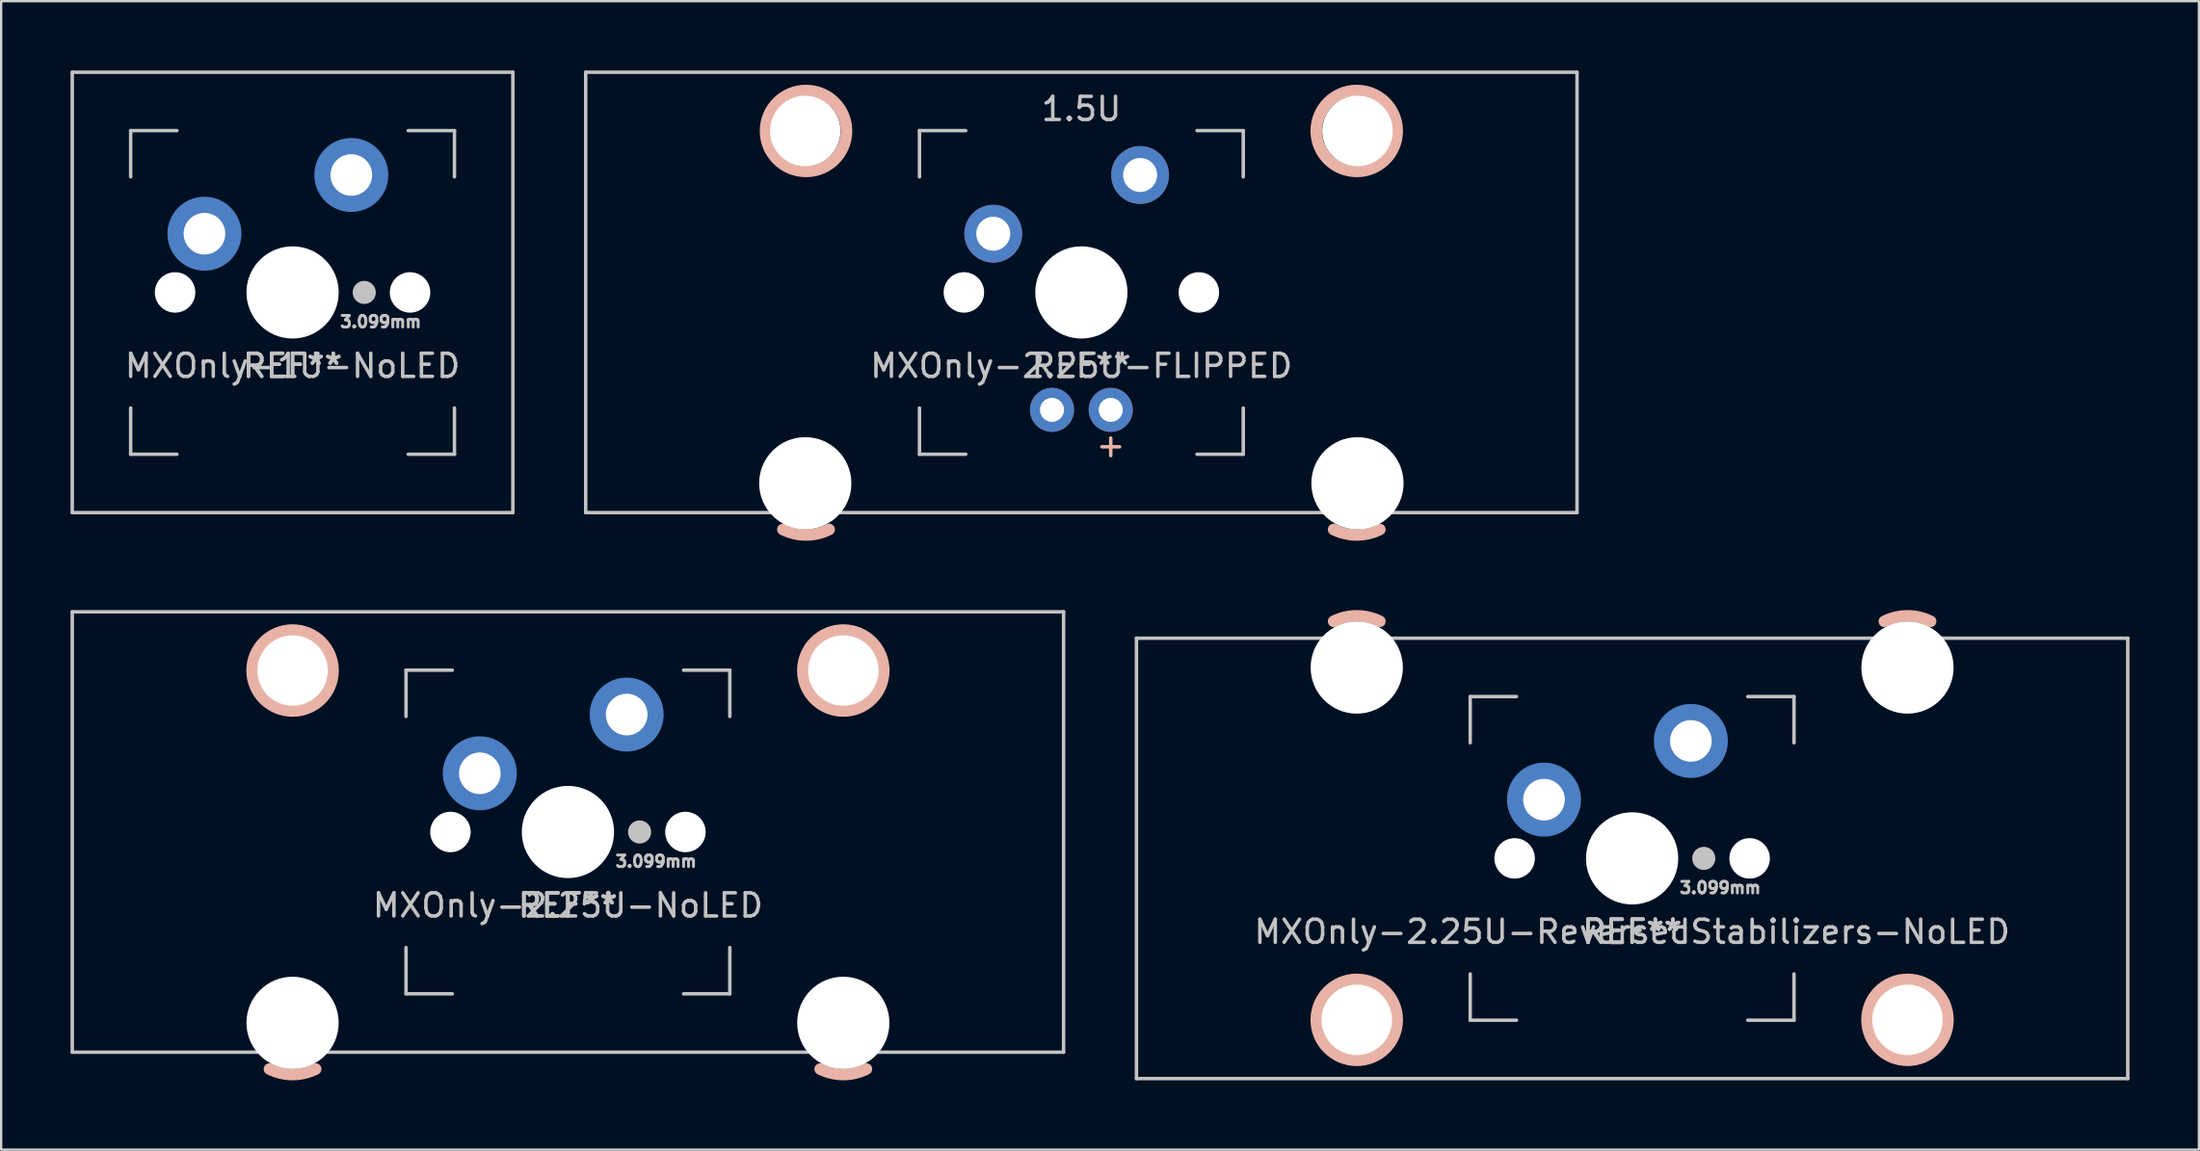
<source format=kicad_pcb>
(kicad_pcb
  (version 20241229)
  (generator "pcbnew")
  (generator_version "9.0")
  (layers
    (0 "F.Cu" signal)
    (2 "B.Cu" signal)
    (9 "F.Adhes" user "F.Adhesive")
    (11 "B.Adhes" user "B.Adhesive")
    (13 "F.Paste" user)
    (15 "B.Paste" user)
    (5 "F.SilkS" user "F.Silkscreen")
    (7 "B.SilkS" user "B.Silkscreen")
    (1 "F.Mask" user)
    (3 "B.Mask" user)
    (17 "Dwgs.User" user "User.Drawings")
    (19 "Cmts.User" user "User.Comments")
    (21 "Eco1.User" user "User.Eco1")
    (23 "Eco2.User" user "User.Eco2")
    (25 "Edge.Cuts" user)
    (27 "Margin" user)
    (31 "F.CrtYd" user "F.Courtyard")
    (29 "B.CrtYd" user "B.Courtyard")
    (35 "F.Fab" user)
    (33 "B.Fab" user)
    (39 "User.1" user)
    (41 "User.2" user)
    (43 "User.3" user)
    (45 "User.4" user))
  (footprint "MXOnly-2.25U-FLIPPED"
    (layer "F.Cu")
    (at 43.706 9.6)
    (property "Reference" "MXOnly-2.25U-FLIPPED" (at 0 3.175 0) (layer "Dwgs.User") (effects (font (size 1 1) (thickness 0.15))))
    (attr through_hole)
    (fp_arc (start -10.90625 10.255) (mid -11.905663 10.491068) (end -12.905199 10.255525) (stroke (width 0.5) (type solid)) (layer "B.SilkS"))
    (fp_arc (start 12.90625 10.255) (mid 11.906837 10.491068) (end 10.907301 10.255525) (stroke (width 0.5) (type solid)) (layer "B.SilkS"))
    (fp_circle (center -11.906 -6.985) (end -10.156 -6.985) (stroke (width 0.5) (type solid)) (fill no) (layer "B.SilkS"))
    (fp_circle (center 11.906 -6.985) (end 13.656 -6.985) (stroke (width 0.5) (type solid)) (fill no) (layer "B.SilkS"))
    (fp_line (start -21.431 -9.525) (end 21.431 -9.525) (stroke (width 0.15) (type solid)) (layer "Dwgs.User"))
    (fp_line (start -21.431 9.525) (end -21.431 -9.525) (stroke (width 0.15) (type solid)) (layer "Dwgs.User"))
    (fp_line (start -21.431 9.525) (end 21.431 9.525) (stroke (width 0.15) (type solid)) (layer "Dwgs.User"))
    (fp_line (start -7 -7) (end -7 -5) (stroke (width 0.15) (type solid)) (layer "Dwgs.User"))
    (fp_line (start -7 5) (end -7 7) (stroke (width 0.15) (type solid)) (layer "Dwgs.User"))
    (fp_line (start -7 7) (end -5 7) (stroke (width 0.15) (type solid)) (layer "Dwgs.User"))
    (fp_line (start -5 -7) (end -7 -7) (stroke (width 0.15) (type solid)) (layer "Dwgs.User"))
    (fp_line (start 5 -7) (end 7 -7) (stroke (width 0.15) (type solid)) (layer "Dwgs.User"))
    (fp_line (start 5 7) (end 7 7) (stroke (width 0.15) (type solid)) (layer "Dwgs.User"))
    (fp_line (start 7 -7) (end 7 -5) (stroke (width 0.15) (type solid)) (layer "Dwgs.User"))
    (fp_line (start 7 7) (end 7 5) (stroke (width 0.15) (type solid)) (layer "Dwgs.User"))
    (fp_line (start 21.431 -9.525) (end 21.431 9.525) (stroke (width 0.15) (type solid)) (layer "Dwgs.User"))
    (fp_text user "+" (at 1.27 6.604 0) (layer "B.SilkS") (effects (font (size 1 1) (thickness 0.15))))
    (fp_text user "REF**" (at 0 3.175 0) (layer "Dwgs.User") (effects (font (size 1 1) (thickness 0.15))))
    (fp_text user "1.5U" (at 0 -7.938 0) (layer "Dwgs.User") (effects (font (size 1 1) (thickness 0.15))))
    (pad "" np_thru_hole circle (at -11.938 -6.985) (size 3.048 3.048) (drill 3.048) (layers "*.Cu" "*.Mask"))
    (pad "" np_thru_hole circle (at -11.938 8.255) (size 3.988 3.988) (drill 3.988) (layers "*.Cu" "*.Mask"))
    (pad "" np_thru_hole circle (at -5.08 0 48.1) (size 1.75 1.75) (drill 1.75) (layers "*.Cu" "*.Mask"))
    (pad "" np_thru_hole circle (at 0 0) (size 3.988 3.988) (drill 3.988) (layers "*.Cu" "*.Mask"))
    (pad "" np_thru_hole circle (at 5.08 0 48.1) (size 1.75 1.75) (drill 1.75) (layers "*.Cu" "*.Mask"))
    (pad "" np_thru_hole circle (at 11.938 -6.985) (size 3.048 3.048) (drill 3.048) (layers "*.Cu" "*.Mask"))
    (pad "" np_thru_hole circle (at 11.938 8.255) (size 3.988 3.988) (drill 3.988) (layers "*.Cu" "*.Mask"))
    (pad "1" thru_hole circle (at -3.81 -2.54) (size 2.5 2.5) (drill 1.47) (layers "*.Cu" "B.Mask"))
    (pad "2" thru_hole circle (at 2.54 -5.08) (size 2.5 2.5) (drill 1.47) (layers "*.Cu" "B.Mask"))
    (pad "3" thru_hole circle (at 1.27 5.08) (size 1.905 1.905) (drill 1.04) (layers "*.Cu" "B.Mask"))
    (pad "4" thru_hole circle (at -1.27 5.08) (size 1.905 1.905) (drill 1.04) (layers "*.Cu" "B.Mask")))
  (footprint "MXOnly-2.25U-ReversedStabilizers-NoLED"
    (layer "F.Cu")
    (at 67.519 34.082)
    (property "Reference" "MXOnly-2.25U-ReversedStabilizers-NoLED" (at 0 3.175 0) (layer "Dwgs.User") (effects (font (size 1 1) (thickness 0.15))))
    (attr through_hole)
    (fp_arc (start -12.90625 -10.255) (mid -11.906837 -10.491068) (end -10.907301 -10.255525) (stroke (width 0.5) (type solid)) (layer "B.SilkS"))
    (fp_arc (start 10.90625 -10.255) (mid 11.905663 -10.491068) (end 12.905199 -10.255525) (stroke (width 0.5) (type solid)) (layer "B.SilkS"))
    (fp_circle (center -11.906 6.985) (end -13.656 6.985) (stroke (width 0.5) (type solid)) (fill no) (layer "B.SilkS"))
    (fp_circle (center 11.906 6.985) (end 10.156 6.985) (stroke (width 0.5) (type solid)) (fill no) (layer "B.SilkS"))
    (fp_line (start -21.431 -9.525) (end 21.431 -9.525) (stroke (width 0.15) (type solid)) (layer "Dwgs.User"))
    (fp_line (start -21.431 9.525) (end -21.431 -9.525) (stroke (width 0.15) (type solid)) (layer "Dwgs.User"))
    (fp_line (start -21.431 9.525) (end 21.431 9.525) (stroke (width 0.15) (type solid)) (layer "Dwgs.User"))
    (fp_line (start -7 -7) (end -7 -5) (stroke (width 0.15) (type solid)) (layer "Dwgs.User"))
    (fp_line (start -7 5) (end -7 7) (stroke (width 0.15) (type solid)) (layer "Dwgs.User"))
    (fp_line (start -7 7) (end -5 7) (stroke (width 0.15) (type solid)) (layer "Dwgs.User"))
    (fp_line (start -5 -7) (end -7 -7) (stroke (width 0.15) (type solid)) (layer "Dwgs.User"))
    (fp_line (start 5 -7) (end 7 -7) (stroke (width 0.15) (type solid)) (layer "Dwgs.User"))
    (fp_line (start 5 7) (end 7 7) (stroke (width 0.15) (type solid)) (layer "Dwgs.User"))
    (fp_line (start 7 -7) (end 7 -5) (stroke (width 0.15) (type solid)) (layer "Dwgs.User"))
    (fp_line (start 7 7) (end 7 5) (stroke (width 0.15) (type solid)) (layer "Dwgs.User"))
    (fp_line (start 21.431 -9.525) (end 21.431 9.525) (stroke (width 0.15) (type solid)) (layer "Dwgs.User"))
    (fp_text user "3.099mm" (at 3.81 1.27 0) (layer "Dwgs.User") (effects (font (size 0.5 0.5) (thickness 0.125))))
    (fp_text user "REF**" (at 0 3.175 0) (layer "Dwgs.User") (effects (font (size 1 1) (thickness 0.15))))
    (fp_text user "REF**" (at 0 3.175 0) (layer "Dwgs.User") (effects (font (size 1 1) (thickness 0.15))))
    (fp_text user "REF**" (at 0 3.175 0) (layer "Dwgs.User") (effects (font (size 1 1) (thickness 0.15))))
    (pad "" np_thru_hole circle (at -11.906 -8.255) (size 3.988 3.988) (drill 3.988) (layers "*.Cu" "*.Mask"))
    (pad "" np_thru_hole circle (at -11.906 6.985) (size 3.048 3.048) (drill 3.048) (layers "*.Cu" "*.Mask"))
    (pad "" np_thru_hole circle (at -5.08 0 48.1) (size 1.75 1.75) (drill 1.75) (layers "*.Cu" "*.Mask"))
    (pad "" smd circle (at -3.81 -2.54) (size 2.8 2.8) (layers "B.Mask"))
    (pad "" np_thru_hole circle (at 0 0) (size 3.988 3.988) (drill 3.988) (layers "*.Cu" "*.Mask"))
    (pad "" smd circle (at 2.54 -5.08) (size 2.8 2.8) (layers "B.Mask"))
    (pad "" smd circle (at 3.099 0) (size 1 1) (layers "Dwgs.User"))
    (pad "" np_thru_hole circle (at 5.08 0 48.1) (size 1.75 1.75) (drill 1.75) (layers "*.Cu" "*.Mask"))
    (pad "" np_thru_hole circle (at 11.906 -8.255) (size 3.988 3.988) (drill 3.988) (layers "*.Cu" "*.Mask"))
    (pad "" np_thru_hole circle (at 11.906 6.985) (size 3.048 3.048) (drill 3.048) (layers "*.Cu" "*.Mask"))
    (pad "1" thru_hole circle (at -3.81 -2.54) (size 2.4 2.4) (drill 1.8) (layers "*.Cu"))
    (pad "1" connect circle (at -3.81 -2.54) (size 3.2 3.2) (layers "B.Cu"))
    (pad "2" thru_hole circle (at 2.54 -5.08) (size 2.4 2.4) (drill 1.8) (layers "*.Cu"))
    (pad "2" connect circle (at 2.54 -5.08) (size 3.2 3.2) (layers "B.Cu")))
  (footprint "MXOnly-2.25U-NoLED"
    (layer "F.Cu")
    (at 21.506 32.941)
    (property "Reference" "MXOnly-2.25U-NoLED" (at 0 3.175 0) (layer "Dwgs.User") (effects (font (size 1 1) (thickness 0.15))))
    (attr through_hole)
    (fp_arc (start -10.90625 10.255) (mid -11.905663 10.491068) (end -12.905199 10.255525) (stroke (width 0.5) (type solid)) (layer "B.SilkS"))
    (fp_arc (start 12.90625 10.255) (mid 11.906837 10.491068) (end 10.907301 10.255525) (stroke (width 0.5) (type solid)) (layer "B.SilkS"))
    (fp_circle (center -11.906 -6.985) (end -10.156 -6.985) (stroke (width 0.5) (type solid)) (fill no) (layer "B.SilkS"))
    (fp_circle (center 11.906 -6.985) (end 13.656 -6.985) (stroke (width 0.5) (type solid)) (fill no) (layer "B.SilkS"))
    (fp_line (start -21.431 -9.525) (end 21.431 -9.525) (stroke (width 0.15) (type solid)) (layer "Dwgs.User"))
    (fp_line (start -21.431 9.525) (end -21.431 -9.525) (stroke (width 0.15) (type solid)) (layer "Dwgs.User"))
    (fp_line (start -21.431 9.525) (end 21.431 9.525) (stroke (width 0.15) (type solid)) (layer "Dwgs.User"))
    (fp_line (start -7 -7) (end -7 -5) (stroke (width 0.15) (type solid)) (layer "Dwgs.User"))
    (fp_line (start -7 5) (end -7 7) (stroke (width 0.15) (type solid)) (layer "Dwgs.User"))
    (fp_line (start -7 7) (end -5 7) (stroke (width 0.15) (type solid)) (layer "Dwgs.User"))
    (fp_line (start -5 -7) (end -7 -7) (stroke (width 0.15) (type solid)) (layer "Dwgs.User"))
    (fp_line (start 5 -7) (end 7 -7) (stroke (width 0.15) (type solid)) (layer "Dwgs.User"))
    (fp_line (start 5 7) (end 7 7) (stroke (width 0.15) (type solid)) (layer "Dwgs.User"))
    (fp_line (start 7 -7) (end 7 -5) (stroke (width 0.15) (type solid)) (layer "Dwgs.User"))
    (fp_line (start 7 7) (end 7 5) (stroke (width 0.15) (type solid)) (layer "Dwgs.User"))
    (fp_line (start 21.431 -9.525) (end 21.431 9.525) (stroke (width 0.15) (type solid)) (layer "Dwgs.User"))
    (fp_text user "REF**" (at 0 3.175 0) (layer "Dwgs.User") (effects (font (size 1 1) (thickness 0.15))))
    (fp_text user "REF**" (at 0 3.175 0) (layer "Dwgs.User") (effects (font (size 1 1) (thickness 0.15))))
    (fp_text user "3.099mm" (at 3.81 1.27 0) (layer "Dwgs.User") (effects (font (size 0.5 0.5) (thickness 0.125))))
    (fp_text user "REF**" (at 0 3.175 0) (layer "Dwgs.User") (effects (font (size 1 1) (thickness 0.15))))
    (pad "" np_thru_hole circle (at -11.906 -6.985) (size 3.048 3.048) (drill 3.048) (layers "*.Cu" "*.Mask"))
    (pad "" np_thru_hole circle (at -11.906 8.255) (size 3.988 3.988) (drill 3.988) (layers "*.Cu" "*.Mask"))
    (pad "" np_thru_hole circle (at -5.08 0 48.1) (size 1.75 1.75) (drill 1.75) (layers "*.Cu" "*.Mask"))
    (pad "" smd circle (at -3.81 -2.54) (size 2.8 2.8) (layers "B.Mask"))
    (pad "" np_thru_hole circle (at 0 0) (size 3.988 3.988) (drill 3.988) (layers "*.Cu" "*.Mask"))
    (pad "" smd circle (at 2.54 -5.08) (size 2.8 2.8) (layers "B.Mask"))
    (pad "" smd circle (at 3.099 0) (size 1 1) (layers "Dwgs.User"))
    (pad "" np_thru_hole circle (at 5.08 0 48.1) (size 1.75 1.75) (drill 1.75) (layers "*.Cu" "*.Mask"))
    (pad "" np_thru_hole circle (at 11.906 -6.985) (size 3.048 3.048) (drill 3.048) (layers "*.Cu" "*.Mask"))
    (pad "" np_thru_hole circle (at 11.906 8.255) (size 3.988 3.988) (drill 3.988) (layers "*.Cu" "*.Mask"))
    (pad "1" thru_hole circle (at -3.81 -2.54) (size 2.4 2.4) (drill 1.8) (layers "*.Cu"))
    (pad "1" connect circle (at -3.81 -2.54) (size 3.2 3.2) (layers "B.Cu"))
    (pad "2" thru_hole circle (at 2.54 -5.08) (size 2.4 2.4) (drill 1.8) (layers "*.Cu"))
    (pad "2" connect circle (at 2.54 -5.08) (size 3.2 3.2) (layers "B.Cu")))
  (footprint "MXOnly-1U-NoLED"
    (layer "F.Cu")
    (at 9.6 9.6)
    (property "Reference" "MXOnly-1U-NoLED" (at 0 3.175 0) (layer "Dwgs.User") (effects (font (size 1 1) (thickness 0.15))))
    (attr through_hole)
    (fp_line (start -9.525 -9.525) (end 9.525 -9.525) (stroke (width 0.15) (type solid)) (layer "Dwgs.User"))
    (fp_line (start -9.525 9.525) (end -9.525 -9.525) (stroke (width 0.15) (type solid)) (layer "Dwgs.User"))
    (fp_line (start -7 -7) (end -7 -5) (stroke (width 0.15) (type solid)) (layer "Dwgs.User"))
    (fp_line (start -7 5) (end -7 7) (stroke (width 0.15) (type solid)) (layer "Dwgs.User"))
    (fp_line (start -7 7) (end -5 7) (stroke (width 0.15) (type solid)) (layer "Dwgs.User"))
    (fp_line (start -5 -7) (end -7 -7) (stroke (width 0.15) (type solid)) (layer "Dwgs.User"))
    (fp_line (start 5 -7) (end 7 -7) (stroke (width 0.15) (type solid)) (layer "Dwgs.User"))
    (fp_line (start 5 7) (end 7 7) (stroke (width 0.15) (type solid)) (layer "Dwgs.User"))
    (fp_line (start 7 -7) (end 7 -5) (stroke (width 0.15) (type solid)) (layer "Dwgs.User"))
    (fp_line (start 7 7) (end 7 5) (stroke (width 0.15) (type solid)) (layer "Dwgs.User"))
    (fp_line (start 9.525 -9.525) (end 9.525 9.525) (stroke (width 0.15) (type solid)) (layer "Dwgs.User"))
    (fp_line (start 9.525 9.525) (end -9.525 9.525) (stroke (width 0.15) (type solid)) (layer "Dwgs.User"))
    (fp_text user "REF**" (at 0 3.175 0) (layer "Dwgs.User") (effects (font (size 1 1) (thickness 0.15))))
    (fp_text user "3.099mm" (at 3.81 1.27 0) (layer "Dwgs.User") (effects (font (size 0.5 0.5) (thickness 0.125))))
    (fp_text user "REF**" (at 0 3.175 0) (layer "Dwgs.User") (effects (font (size 1 1) (thickness 0.15))))
    (pad "" np_thru_hole circle (at -5.08 0 48.1) (size 1.75 1.75) (drill 1.75) (layers "*.Cu" "*.Mask"))
    (pad "" smd circle (at -3.81 -2.54) (size 2.8 2.8) (layers "B.Mask"))
    (pad "" np_thru_hole circle (at 0 0) (size 3.988 3.988) (drill 3.988) (layers "*.Cu" "*.Mask"))
    (pad "" smd circle (at 2.54 -5.08) (size 2.8 2.8) (layers "B.Mask"))
    (pad "" smd circle (at 3.099 0) (size 1 1) (layers "Dwgs.User"))
    (pad "" np_thru_hole circle (at 5.08 0 48.1) (size 1.75 1.75) (drill 1.75) (layers "*.Cu" "*.Mask"))
    (pad "1" thru_hole circle (at -3.81 -2.54) (size 2.4 2.4) (drill 1.8) (layers "*.Cu"))
    (pad "1" connect circle (at -3.81 -2.54) (size 3.2 3.2) (layers "B.Cu"))
    (pad "2" thru_hole circle (at 2.54 -5.08) (size 2.4 2.4) (drill 1.8) (layers "*.Cu"))
    (pad "2" connect circle (at 2.54 -5.08) (size 3.2 3.2) (layers "B.Cu")))
  (gr_rect
    (start -3 -3)
    (end 92.025 46.682)
    (stroke (width 0.1) (type default))
    (fill no)
    (layer "Edge.Cuts")))
</source>
